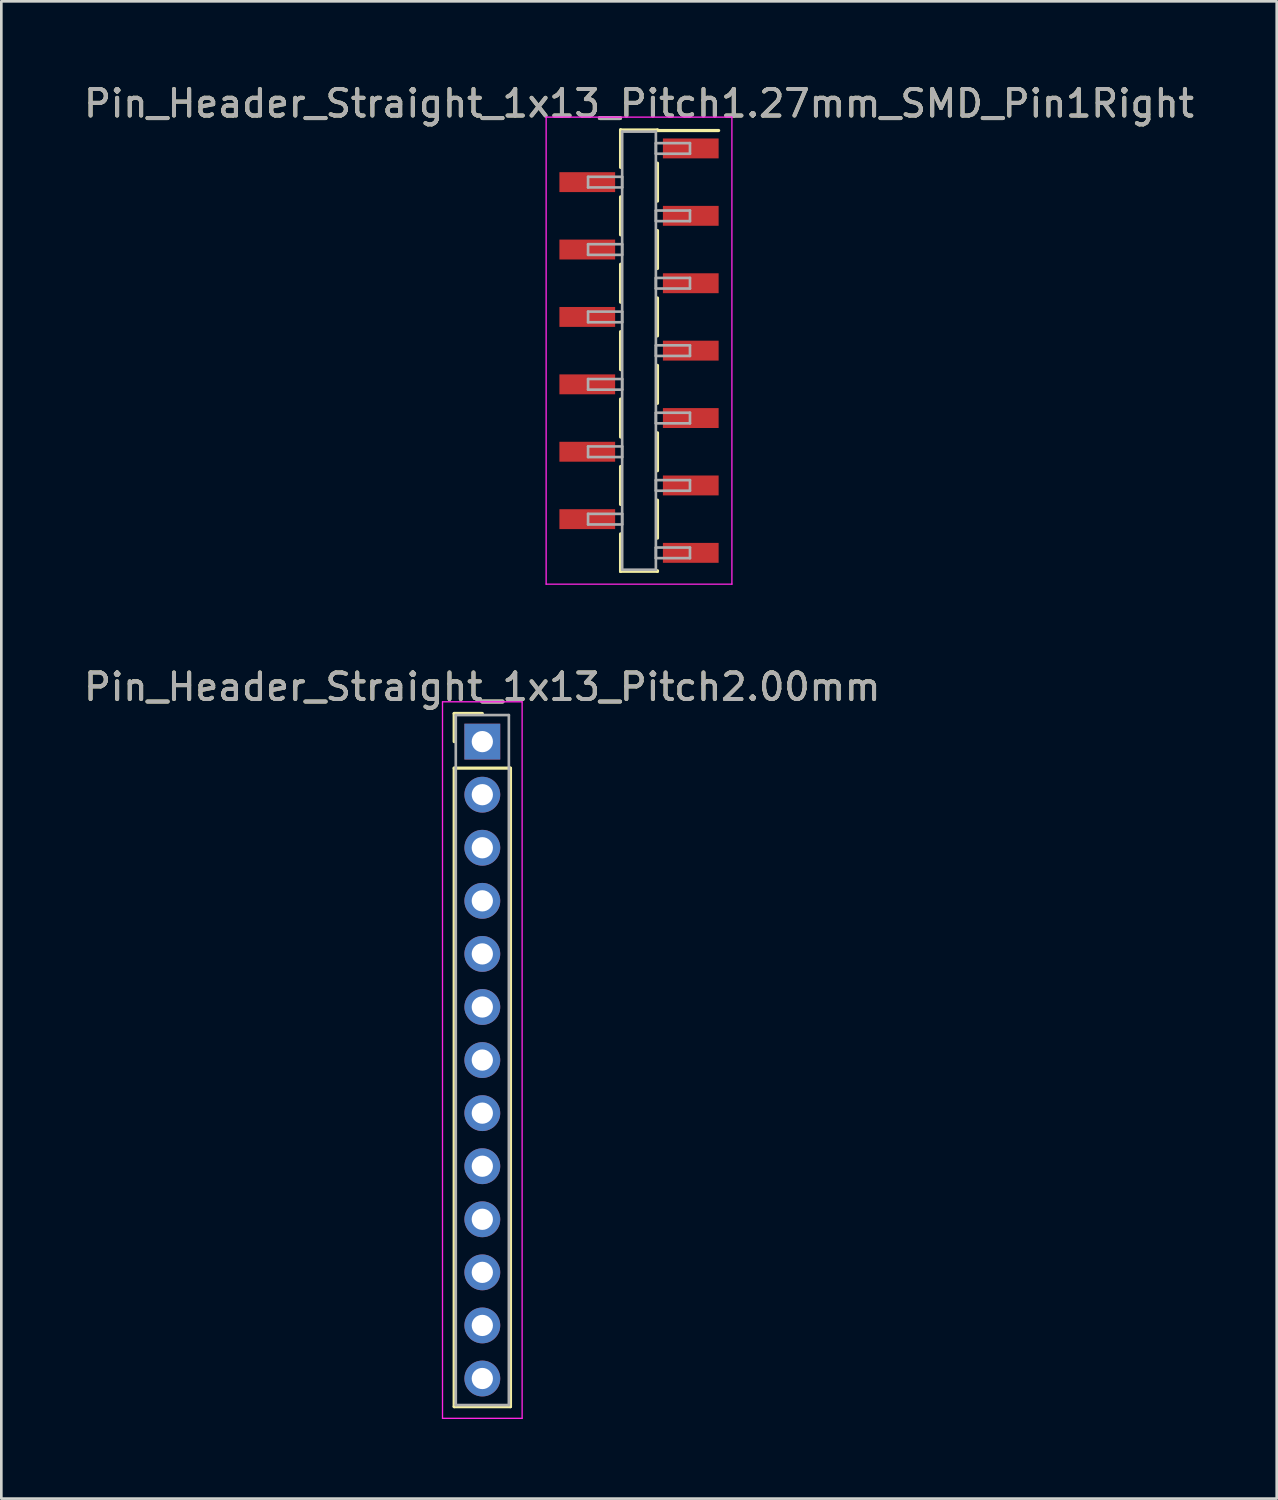
<source format=kicad_pcb>
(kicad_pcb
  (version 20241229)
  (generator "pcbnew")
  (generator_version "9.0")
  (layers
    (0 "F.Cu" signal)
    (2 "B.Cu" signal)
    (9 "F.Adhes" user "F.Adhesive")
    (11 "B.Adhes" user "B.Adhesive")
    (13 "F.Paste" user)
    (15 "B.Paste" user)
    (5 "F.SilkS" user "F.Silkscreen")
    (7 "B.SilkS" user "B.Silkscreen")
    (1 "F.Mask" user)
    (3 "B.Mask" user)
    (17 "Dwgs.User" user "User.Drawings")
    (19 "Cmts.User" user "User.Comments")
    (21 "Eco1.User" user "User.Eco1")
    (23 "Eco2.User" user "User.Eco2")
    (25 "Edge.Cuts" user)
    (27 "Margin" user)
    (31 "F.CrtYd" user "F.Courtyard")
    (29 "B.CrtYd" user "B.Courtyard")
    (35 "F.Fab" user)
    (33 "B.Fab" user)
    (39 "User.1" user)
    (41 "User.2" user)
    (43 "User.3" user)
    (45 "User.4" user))
  (footprint "Pin_Header_Straight_1x13_Pitch1.27mm_SMD_Pin1Right"
    (layer "F.Cu")
    (at 21.03 10.163)
    (property "Reference" "Pin_Header_Straight_1x13_Pitch1.27mm_SMD_Pin1Right" (at 0 -9.315 0) (layer "F.SilkS") (effects (font (size 1 1) (thickness 0.15))))
    (attr smd)
    (fp_line (start -0.695 -8.315) (end -0.695 -6.905) (stroke (width 0.12) (type solid)) (layer "F.SilkS"))
    (fp_line (start -0.695 -8.315) (end 0.695 -8.315) (stroke (width 0.12) (type solid)) (layer "F.SilkS"))
    (fp_line (start -0.695 -8.295) (end -0.695 -8.315) (stroke (width 0.12) (type solid)) (layer "F.SilkS"))
    (fp_line (start -0.695 -5.795) (end -0.695 -4.365) (stroke (width 0.12) (type solid)) (layer "F.SilkS"))
    (fp_line (start -0.695 -3.255) (end -0.695 -1.825) (stroke (width 0.12) (type solid)) (layer "F.SilkS"))
    (fp_line (start -0.695 -0.715) (end -0.695 0.715) (stroke (width 0.12) (type solid)) (layer "F.SilkS"))
    (fp_line (start -0.695 1.825) (end -0.695 3.255) (stroke (width 0.12) (type solid)) (layer "F.SilkS"))
    (fp_line (start -0.695 4.365) (end -0.695 5.795) (stroke (width 0.12) (type solid)) (layer "F.SilkS"))
    (fp_line (start -0.695 6.905) (end -0.695 8.315) (stroke (width 0.12) (type solid)) (layer "F.SilkS"))
    (fp_line (start -0.695 8.295) (end -0.695 8.315) (stroke (width 0.12) (type solid)) (layer "F.SilkS"))
    (fp_line (start -0.695 8.315) (end 0.695 8.315) (stroke (width 0.12) (type solid)) (layer "F.SilkS"))
    (fp_line (start 0.695 -8.315) (end 0.695 -8.295) (stroke (width 0.12) (type solid)) (layer "F.SilkS"))
    (fp_line (start 0.695 -8.295) (end 3 -8.295) (stroke (width 0.12) (type solid)) (layer "F.SilkS"))
    (fp_line (start 0.695 -7.065) (end 0.695 -5.635) (stroke (width 0.12) (type solid)) (layer "F.SilkS"))
    (fp_line (start 0.695 -4.525) (end 0.695 -3.095) (stroke (width 0.12) (type solid)) (layer "F.SilkS"))
    (fp_line (start 0.695 -1.985) (end 0.695 -0.555) (stroke (width 0.12) (type solid)) (layer "F.SilkS"))
    (fp_line (start 0.695 0.555) (end 0.695 1.985) (stroke (width 0.12) (type solid)) (layer "F.SilkS"))
    (fp_line (start 0.695 3.095) (end 0.695 4.525) (stroke (width 0.12) (type solid)) (layer "F.SilkS"))
    (fp_line (start 0.695 5.635) (end 0.695 7.065) (stroke (width 0.12) (type solid)) (layer "F.SilkS"))
    (fp_line (start 0.695 8.315) (end 0.695 8.295) (stroke (width 0.12) (type solid)) (layer "F.SilkS"))
    (fp_line (start -3.5 -8.8) (end -3.5 8.8) (stroke (width 0.05) (type solid)) (layer "F.CrtYd"))
    (fp_line (start -3.5 8.8) (end 3.5 8.8) (stroke (width 0.05) (type solid)) (layer "F.CrtYd"))
    (fp_line (start 3.5 -8.8) (end -3.5 -8.8) (stroke (width 0.05) (type solid)) (layer "F.CrtYd"))
    (fp_line (start 3.5 8.8) (end 3.5 -8.8) (stroke (width 0.05) (type solid)) (layer "F.CrtYd"))
    (fp_line (start -1.92 -6.55) (end -0.635 -6.55) (stroke (width 0.1) (type solid)) (layer "F.Fab"))
    (fp_line (start -1.92 -6.15) (end -1.92 -6.55) (stroke (width 0.1) (type solid)) (layer "F.Fab"))
    (fp_line (start -1.92 -4.01) (end -0.635 -4.01) (stroke (width 0.1) (type solid)) (layer "F.Fab"))
    (fp_line (start -1.92 -3.61) (end -1.92 -4.01) (stroke (width 0.1) (type solid)) (layer "F.Fab"))
    (fp_line (start -1.92 -1.47) (end -0.635 -1.47) (stroke (width 0.1) (type solid)) (layer "F.Fab"))
    (fp_line (start -1.92 -1.07) (end -1.92 -1.47) (stroke (width 0.1) (type solid)) (layer "F.Fab"))
    (fp_line (start -1.92 1.07) (end -0.635 1.07) (stroke (width 0.1) (type solid)) (layer "F.Fab"))
    (fp_line (start -1.92 1.47) (end -1.92 1.07) (stroke (width 0.1) (type solid)) (layer "F.Fab"))
    (fp_line (start -1.92 3.61) (end -0.635 3.61) (stroke (width 0.1) (type solid)) (layer "F.Fab"))
    (fp_line (start -1.92 4.01) (end -1.92 3.61) (stroke (width 0.1) (type solid)) (layer "F.Fab"))
    (fp_line (start -1.92 6.15) (end -0.635 6.15) (stroke (width 0.1) (type solid)) (layer "F.Fab"))
    (fp_line (start -1.92 6.55) (end -1.92 6.15) (stroke (width 0.1) (type solid)) (layer "F.Fab"))
    (fp_line (start -0.635 -8.255) (end -0.635 8.255) (stroke (width 0.1) (type solid)) (layer "F.Fab"))
    (fp_line (start -0.635 -6.55) (end -0.635 -6.15) (stroke (width 0.1) (type solid)) (layer "F.Fab"))
    (fp_line (start -0.635 -6.15) (end -1.92 -6.15) (stroke (width 0.1) (type solid)) (layer "F.Fab"))
    (fp_line (start -0.635 -4.01) (end -0.635 -3.61) (stroke (width 0.1) (type solid)) (layer "F.Fab"))
    (fp_line (start -0.635 -3.61) (end -1.92 -3.61) (stroke (width 0.1) (type solid)) (layer "F.Fab"))
    (fp_line (start -0.635 -1.47) (end -0.635 -1.07) (stroke (width 0.1) (type solid)) (layer "F.Fab"))
    (fp_line (start -0.635 -1.07) (end -1.92 -1.07) (stroke (width 0.1) (type solid)) (layer "F.Fab"))
    (fp_line (start -0.635 1.07) (end -0.635 1.47) (stroke (width 0.1) (type solid)) (layer "F.Fab"))
    (fp_line (start -0.635 1.47) (end -1.92 1.47) (stroke (width 0.1) (type solid)) (layer "F.Fab"))
    (fp_line (start -0.635 3.61) (end -0.635 4.01) (stroke (width 0.1) (type solid)) (layer "F.Fab"))
    (fp_line (start -0.635 4.01) (end -1.92 4.01) (stroke (width 0.1) (type solid)) (layer "F.Fab"))
    (fp_line (start -0.635 6.15) (end -0.635 6.55) (stroke (width 0.1) (type solid)) (layer "F.Fab"))
    (fp_line (start -0.635 6.55) (end -1.92 6.55) (stroke (width 0.1) (type solid)) (layer "F.Fab"))
    (fp_line (start -0.635 8.255) (end 0.635 8.255) (stroke (width 0.1) (type solid)) (layer "F.Fab"))
    (fp_line (start 0.635 -8.255) (end -0.635 -8.255) (stroke (width 0.1) (type solid)) (layer "F.Fab"))
    (fp_line (start 0.635 -7.82) (end 0.635 -7.42) (stroke (width 0.1) (type solid)) (layer "F.Fab"))
    (fp_line (start 0.635 -7.42) (end 1.92 -7.42) (stroke (width 0.1) (type solid)) (layer "F.Fab"))
    (fp_line (start 0.635 -5.28) (end 0.635 -4.88) (stroke (width 0.1) (type solid)) (layer "F.Fab"))
    (fp_line (start 0.635 -4.88) (end 1.92 -4.88) (stroke (width 0.1) (type solid)) (layer "F.Fab"))
    (fp_line (start 0.635 -2.74) (end 0.635 -2.34) (stroke (width 0.1) (type solid)) (layer "F.Fab"))
    (fp_line (start 0.635 -2.34) (end 1.92 -2.34) (stroke (width 0.1) (type solid)) (layer "F.Fab"))
    (fp_line (start 0.635 -0.2) (end 0.635 0.2) (stroke (width 0.1) (type solid)) (layer "F.Fab"))
    (fp_line (start 0.635 0.2) (end 1.92 0.2) (stroke (width 0.1) (type solid)) (layer "F.Fab"))
    (fp_line (start 0.635 2.34) (end 0.635 2.74) (stroke (width 0.1) (type solid)) (layer "F.Fab"))
    (fp_line (start 0.635 2.74) (end 1.92 2.74) (stroke (width 0.1) (type solid)) (layer "F.Fab"))
    (fp_line (start 0.635 4.88) (end 0.635 5.28) (stroke (width 0.1) (type solid)) (layer "F.Fab"))
    (fp_line (start 0.635 5.28) (end 1.92 5.28) (stroke (width 0.1) (type solid)) (layer "F.Fab"))
    (fp_line (start 0.635 7.42) (end 0.635 7.82) (stroke (width 0.1) (type solid)) (layer "F.Fab"))
    (fp_line (start 0.635 7.82) (end 1.92 7.82) (stroke (width 0.1) (type solid)) (layer "F.Fab"))
    (fp_line (start 0.635 8.255) (end 0.635 -8.255) (stroke (width 0.1) (type solid)) (layer "F.Fab"))
    (fp_line (start 1.92 -7.82) (end 0.635 -7.82) (stroke (width 0.1) (type solid)) (layer "F.Fab"))
    (fp_line (start 1.92 -7.42) (end 1.92 -7.82) (stroke (width 0.1) (type solid)) (layer "F.Fab"))
    (fp_line (start 1.92 -5.28) (end 0.635 -5.28) (stroke (width 0.1) (type solid)) (layer "F.Fab"))
    (fp_line (start 1.92 -4.88) (end 1.92 -5.28) (stroke (width 0.1) (type solid)) (layer "F.Fab"))
    (fp_line (start 1.92 -2.74) (end 0.635 -2.74) (stroke (width 0.1) (type solid)) (layer "F.Fab"))
    (fp_line (start 1.92 -2.34) (end 1.92 -2.74) (stroke (width 0.1) (type solid)) (layer "F.Fab"))
    (fp_line (start 1.92 -0.2) (end 0.635 -0.2) (stroke (width 0.1) (type solid)) (layer "F.Fab"))
    (fp_line (start 1.92 0.2) (end 1.92 -0.2) (stroke (width 0.1) (type solid)) (layer "F.Fab"))
    (fp_line (start 1.92 2.34) (end 0.635 2.34) (stroke (width 0.1) (type solid)) (layer "F.Fab"))
    (fp_line (start 1.92 2.74) (end 1.92 2.34) (stroke (width 0.1) (type solid)) (layer "F.Fab"))
    (fp_line (start 1.92 4.88) (end 0.635 4.88) (stroke (width 0.1) (type solid)) (layer "F.Fab"))
    (fp_line (start 1.92 5.28) (end 1.92 4.88) (stroke (width 0.1) (type solid)) (layer "F.Fab"))
    (fp_line (start 1.92 7.42) (end 0.635 7.42) (stroke (width 0.1) (type solid)) (layer "F.Fab"))
    (fp_line (start 1.92 7.82) (end 1.92 7.42) (stroke (width 0.1) (type solid)) (layer "F.Fab"))
    (fp_text user "${REFERENCE}" (at 0 -9.315 0) (layer "F.Fab") (effects (font (size 1 1) (thickness 0.15))))
    (pad "1" smd rect (at 1.95 -7.62) (size 2.1 0.75) (layers "F.Cu" "F.Mask" "F.Paste"))
    (pad "2" smd rect (at -1.95 -6.35) (size 2.1 0.75) (layers "F.Cu" "F.Mask" "F.Paste"))
    (pad "3" smd rect (at 1.95 -5.08) (size 2.1 0.75) (layers "F.Cu" "F.Mask" "F.Paste"))
    (pad "4" smd rect (at -1.95 -3.81) (size 2.1 0.75) (layers "F.Cu" "F.Mask" "F.Paste"))
    (pad "5" smd rect (at 1.95 -2.54) (size 2.1 0.75) (layers "F.Cu" "F.Mask" "F.Paste"))
    (pad "6" smd rect (at -1.95 -1.27) (size 2.1 0.75) (layers "F.Cu" "F.Mask" "F.Paste"))
    (pad "7" smd rect (at 1.95 0) (size 2.1 0.75) (layers "F.Cu" "F.Mask" "F.Paste"))
    (pad "8" smd rect (at -1.95 1.27) (size 2.1 0.75) (layers "F.Cu" "F.Mask" "F.Paste"))
    (pad "9" smd rect (at 1.95 2.54) (size 2.1 0.75) (layers "F.Cu" "F.Mask" "F.Paste"))
    (pad "10" smd rect (at -1.95 3.81) (size 2.1 0.75) (layers "F.Cu" "F.Mask" "F.Paste"))
    (pad "11" smd rect (at 1.95 5.08) (size 2.1 0.75) (layers "F.Cu" "F.Mask" "F.Paste"))
    (pad "12" smd rect (at -1.95 6.35) (size 2.1 0.75) (layers "F.Cu" "F.Mask" "F.Paste"))
    (pad "13" smd rect (at 1.95 7.62) (size 2.1 0.75) (layers "F.Cu" "F.Mask" "F.Paste")))
  (footprint "Pin_Header_Straight_1x13_Pitch2.00mm"
    (layer "F.Cu")
    (at 15.125 24.896)
    (property "Reference" "Pin_Header_Straight_1x13_Pitch2.00mm" (at 0 -2.06 0) (layer "F.SilkS") (effects (font (size 1 1) (thickness 0.15))))
    (attr through_hole)
    (fp_line (start -1.06 -1.06) (end 0 -1.06) (stroke (width 0.12) (type solid)) (layer "F.SilkS"))
    (fp_line (start -1.06 0) (end -1.06 -1.06) (stroke (width 0.12) (type solid)) (layer "F.SilkS"))
    (fp_line (start -1.06 1) (end -1.06 25.06) (stroke (width 0.12) (type solid)) (layer "F.SilkS"))
    (fp_line (start -1.06 25.06) (end 1.06 25.06) (stroke (width 0.12) (type solid)) (layer "F.SilkS"))
    (fp_line (start 1.06 1) (end -1.06 1) (stroke (width 0.12) (type solid)) (layer "F.SilkS"))
    (fp_line (start 1.06 25.06) (end 1.06 1) (stroke (width 0.12) (type solid)) (layer "F.SilkS"))
    (fp_line (start -1.5 -1.5) (end -1.5 25.5) (stroke (width 0.05) (type solid)) (layer "F.CrtYd"))
    (fp_line (start -1.5 25.5) (end 1.5 25.5) (stroke (width 0.05) (type solid)) (layer "F.CrtYd"))
    (fp_line (start 1.5 -1.5) (end -1.5 -1.5) (stroke (width 0.05) (type solid)) (layer "F.CrtYd"))
    (fp_line (start 1.5 25.5) (end 1.5 -1.5) (stroke (width 0.05) (type solid)) (layer "F.CrtYd"))
    (fp_line (start -1 -1) (end -1 25) (stroke (width 0.1) (type solid)) (layer "F.Fab"))
    (fp_line (start -1 25) (end 1 25) (stroke (width 0.1) (type solid)) (layer "F.Fab"))
    (fp_line (start 1 -1) (end -1 -1) (stroke (width 0.1) (type solid)) (layer "F.Fab"))
    (fp_line (start 1 25) (end 1 -1) (stroke (width 0.1) (type solid)) (layer "F.Fab"))
    (fp_text user "${REFERENCE}" (at 0 -2.06 0) (layer "F.Fab") (effects (font (size 1 1) (thickness 0.15))))
    (pad "1" thru_hole rect (at 0 0) (size 1.35 1.35) (drill 0.8) (layers "*.Cu" "*.Mask"))
    (pad "2" thru_hole oval (at 0 2) (size 1.35 1.35) (drill 0.8) (layers "*.Cu" "*.Mask"))
    (pad "3" thru_hole oval (at 0 4) (size 1.35 1.35) (drill 0.8) (layers "*.Cu" "*.Mask"))
    (pad "4" thru_hole oval (at 0 6) (size 1.35 1.35) (drill 0.8) (layers "*.Cu" "*.Mask"))
    (pad "5" thru_hole oval (at 0 8) (size 1.35 1.35) (drill 0.8) (layers "*.Cu" "*.Mask"))
    (pad "6" thru_hole oval (at 0 10) (size 1.35 1.35) (drill 0.8) (layers "*.Cu" "*.Mask"))
    (pad "7" thru_hole oval (at 0 12) (size 1.35 1.35) (drill 0.8) (layers "*.Cu" "*.Mask"))
    (pad "8" thru_hole oval (at 0 14) (size 1.35 1.35) (drill 0.8) (layers "*.Cu" "*.Mask"))
    (pad "9" thru_hole oval (at 0 16) (size 1.35 1.35) (drill 0.8) (layers "*.Cu" "*.Mask"))
    (pad "10" thru_hole oval (at 0 18) (size 1.35 1.35) (drill 0.8) (layers "*.Cu" "*.Mask"))
    (pad "11" thru_hole oval (at 0 20) (size 1.35 1.35) (drill 0.8) (layers "*.Cu" "*.Mask"))
    (pad "12" thru_hole oval (at 0 22) (size 1.35 1.35) (drill 0.8) (layers "*.Cu" "*.Mask"))
    (pad "13" thru_hole oval (at 0 24) (size 1.35 1.35) (drill 0.8) (layers "*.Cu" "*.Mask")))
  (gr_rect
    (start -3 -3)
    (end 45.06 53.422)
    (stroke (width 0.1) (type default))
    (fill no)
    (layer "Edge.Cuts")))
</source>
